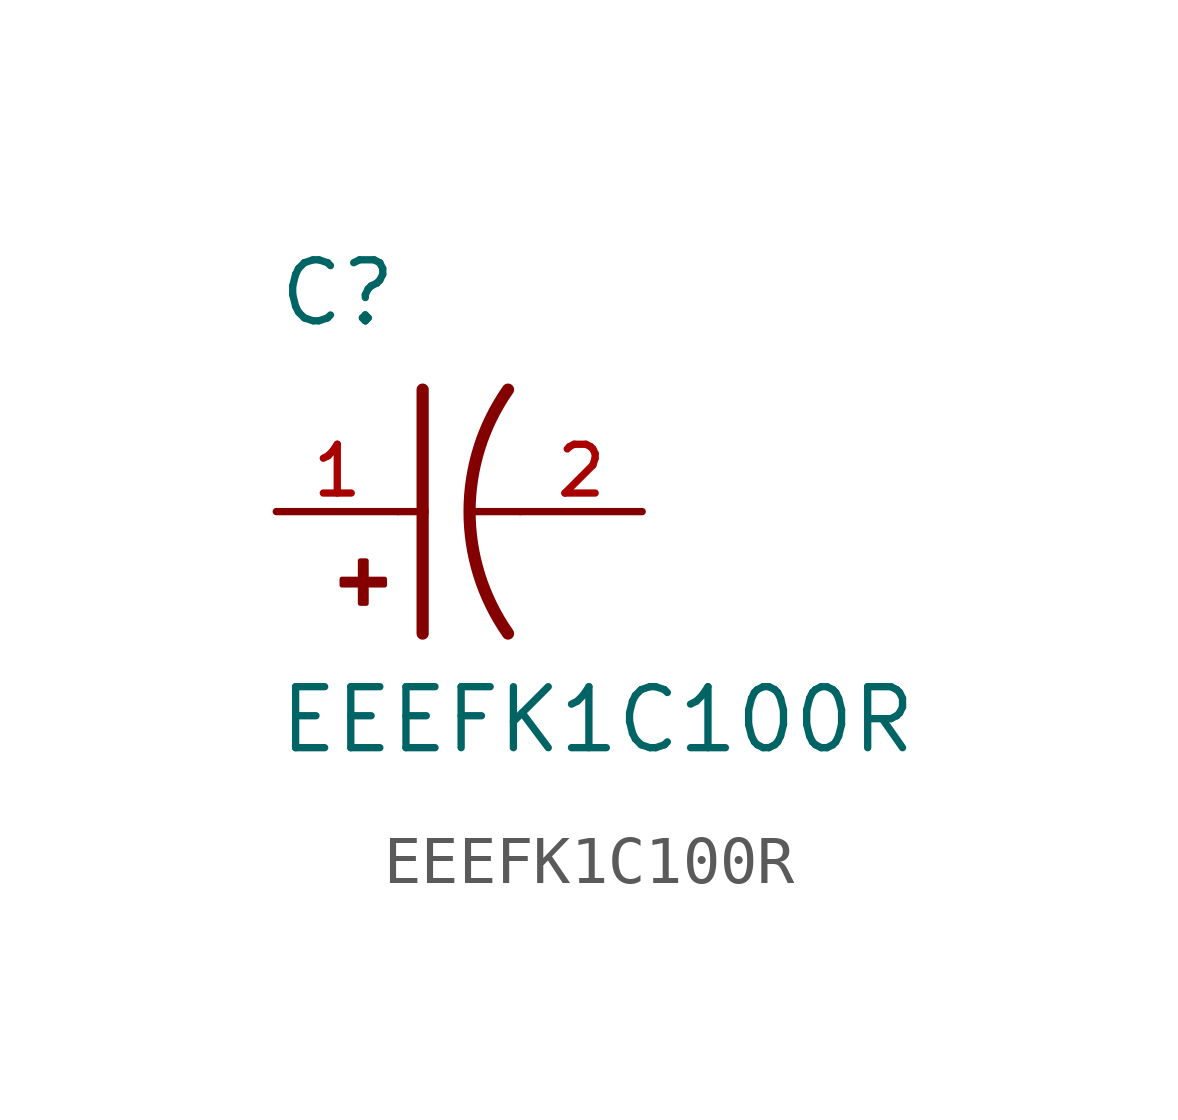
<source format=kicad_sym>
(kicad_symbol_lib
  (version 20211014)
  (generator kicad_symbol_editor)
  (symbol "EEEFK1C100R"
    (pin_names
      (offset 1.016))
    (property "Reference" "C"
      (at -2.54 3.81 0)
      (effects (font (size 1.27 1.27)) (justify bottom left)))
    (property "Value" "EEEFK1C100R"
      (at -2.54 -5.08 0)
      (effects (font (size 1.27 1.27)) (justify bottom left)))
    (symbol "EEEFK1C100R_0_0"
      (arc (start 2.286 -2.54) (mid 1.4851 -0.0) (end 2.286 2.54) (stroke (width 0.254) (type default) (color 0 0 0 0)) (fill (type none)))
      (polyline (pts (xy 0.508 2.54) (xy 0.508 0.0)) (stroke (width 0.254)))
      (rectangle (start -1.173 -1.532) (end -0.284 -1.405) (stroke (width 0.1)) (fill (type outline)))
      (rectangle (start -0.792 -1.913) (end -0.665 -1.024) (stroke (width 0.1)) (fill (type outline)))
      (polyline (pts (xy 0.508 0.0) (xy 0.508 -2.54)) (stroke (width 0.254)))
      (polyline (pts (xy 0.0 0.0) (xy 0.508 0.0)) (stroke (width 0.152)))
      (polyline (pts (xy 2.54 0.0) (xy 1.524 0.0)) (stroke (width 0.152)))
      (pin passive line (at -2.54 0.0 0) (length 2.54) (name "~" (effects (font (size 1.016 1.016)))) (number "1" (effects (font (size 1.016 1.016)))))
      (pin passive line (at 5.08 0.0 180.0) (length 2.54) (name "~" (effects (font (size 1.016 1.016)))) (number "2" (effects (font (size 1.016 1.016))))))))
</source>
